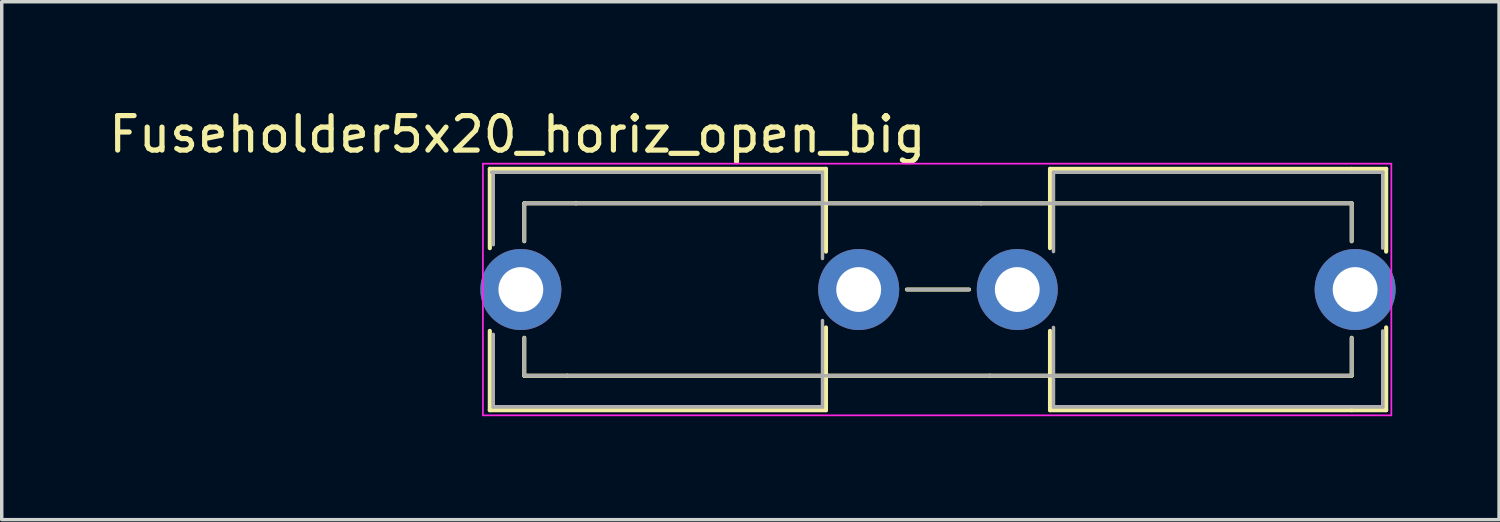
<source format=kicad_pcb>
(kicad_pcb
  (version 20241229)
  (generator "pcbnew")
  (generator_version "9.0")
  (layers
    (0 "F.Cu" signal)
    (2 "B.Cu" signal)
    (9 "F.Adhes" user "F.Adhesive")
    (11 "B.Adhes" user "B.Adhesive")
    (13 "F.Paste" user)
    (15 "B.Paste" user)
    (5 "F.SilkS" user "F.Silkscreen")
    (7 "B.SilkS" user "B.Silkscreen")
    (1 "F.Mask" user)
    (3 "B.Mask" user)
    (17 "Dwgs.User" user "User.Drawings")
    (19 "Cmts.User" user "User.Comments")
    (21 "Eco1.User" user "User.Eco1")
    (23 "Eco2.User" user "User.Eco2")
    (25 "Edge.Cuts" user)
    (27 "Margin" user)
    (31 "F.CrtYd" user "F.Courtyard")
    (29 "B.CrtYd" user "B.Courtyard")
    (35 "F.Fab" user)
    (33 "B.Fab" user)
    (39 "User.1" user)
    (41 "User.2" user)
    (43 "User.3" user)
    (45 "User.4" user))
  (footprint "Fuseholder5x20_horiz_open_big"
    (layer "F.Cu")
    (at 12.058 5.348)
    (property "Reference" "Fuseholder5x20_horiz_open_big" (at -0.1 -4.5 0) (layer "F.SilkS") (effects (font (size 1 1) (thickness 0.15))))
    (attr through_hole)
    (fp_line (start -0.9 -3.5) (end -0.9 -1.2) (stroke (width 0.12) (type solid)) (layer "F.SilkS"))
    (fp_line (start -0.9 1.2) (end -0.9 3.5) (stroke (width 0.12) (type solid)) (layer "F.SilkS"))
    (fp_line (start 0.1 -2.5) (end 0.1 -1.4) (stroke (width 0.12) (type solid)) (layer "F.SilkS"))
    (fp_line (start 0.1 1.4) (end 0.1 2.5) (stroke (width 0.12) (type solid)) (layer "F.SilkS"))
    (fp_line (start 1.35 2.5) (end 0.1 2.5) (stroke (width 0.12) (type solid)) (layer "F.SilkS"))
    (fp_line (start 1.6 -2.5) (end 0.1 -2.5) (stroke (width 0.12) (type solid)) (layer "F.SilkS"))
    (fp_line (start 8.85 -3.5) (end -0.9 -3.5) (stroke (width 0.12) (type solid)) (layer "F.SilkS"))
    (fp_line (start 8.85 -3.5) (end 8.85 -1.1) (stroke (width 0.12) (type solid)) (layer "F.SilkS"))
    (fp_line (start 8.85 1.1) (end 8.85 3.5) (stroke (width 0.12) (type solid)) (layer "F.SilkS"))
    (fp_line (start 8.85 3.5) (end -0.9 3.5) (stroke (width 0.12) (type solid)) (layer "F.SilkS"))
    (fp_line (start 13 0) (end 11.2 0) (stroke (width 0.12) (type solid)) (layer "F.SilkS"))
    (fp_line (start 13.35 -2.5) (end 1.6 -2.5) (stroke (width 0.12) (type solid)) (layer "F.SilkS"))
    (fp_line (start 13.6 2.5) (end 1.35 2.5) (stroke (width 0.12) (type solid)) (layer "F.SilkS"))
    (fp_line (start 15.35 -3.5) (end 15.35 -1.2) (stroke (width 0.12) (type solid)) (layer "F.SilkS"))
    (fp_line (start 15.35 1.2) (end 15.35 3.5) (stroke (width 0.12) (type solid)) (layer "F.SilkS"))
    (fp_line (start 24.1 -3.5) (end 15.35 -3.5) (stroke (width 0.12) (type solid)) (layer "F.SilkS"))
    (fp_line (start 24.1 -2.5) (end 13.35 -2.5) (stroke (width 0.12) (type solid)) (layer "F.SilkS"))
    (fp_line (start 24.1 -2.5) (end 24.1 -1.4) (stroke (width 0.12) (type solid)) (layer "F.SilkS"))
    (fp_line (start 24.1 1.4) (end 24.1 2.5) (stroke (width 0.12) (type solid)) (layer "F.SilkS"))
    (fp_line (start 24.1 2.5) (end 13.6 2.5) (stroke (width 0.12) (type solid)) (layer "F.SilkS"))
    (fp_line (start 24.1 3.5) (end 15.35 3.5) (stroke (width 0.12) (type solid)) (layer "F.SilkS"))
    (fp_line (start 25.1 -3.5) (end 24.1 -3.5) (stroke (width 0.12) (type solid)) (layer "F.SilkS"))
    (fp_line (start 25.1 -3.5) (end 25.1 -1.1) (stroke (width 0.12) (type solid)) (layer "F.SilkS"))
    (fp_line (start 25.1 1.1) (end 25.1 3.5) (stroke (width 0.12) (type solid)) (layer "F.SilkS"))
    (fp_line (start 25.1 3.5) (end 24.1 3.5) (stroke (width 0.12) (type solid)) (layer "F.SilkS"))
    (fp_line (start -1.1 -3.65) (end -1.1 3.65) (stroke (width 0.05) (type solid)) (layer "F.CrtYd"))
    (fp_line (start -1.1 -3.65) (end 25.25 -3.65) (stroke (width 0.05) (type solid)) (layer "F.CrtYd"))
    (fp_line (start 25.25 3.65) (end -1.1 3.65) (stroke (width 0.05) (type solid)) (layer "F.CrtYd"))
    (fp_line (start 25.25 3.65) (end 25.25 -3.65) (stroke (width 0.05) (type solid)) (layer "F.CrtYd"))
    (fp_line (start -0.85 -3.4) (end 8.75 -3.4) (stroke (width 0.1) (type solid)) (layer "F.Fab"))
    (fp_line (start -0.8 -1.3) (end -0.8 -3.4) (stroke (width 0.1) (type solid)) (layer "F.Fab"))
    (fp_line (start -0.8 3.4) (end -0.8 1.3) (stroke (width 0.1) (type solid)) (layer "F.Fab"))
    (fp_line (start 0.1 -2.5) (end 24.1 -2.5) (stroke (width 0.1) (type solid)) (layer "F.Fab"))
    (fp_line (start 0.1 -1.4) (end 0.1 -2.5) (stroke (width 0.1) (type solid)) (layer "F.Fab"))
    (fp_line (start 0.1 2.5) (end 0.1 1.4) (stroke (width 0.1) (type solid)) (layer "F.Fab"))
    (fp_line (start 8.75 -3.4) (end 8.75 -0.9) (stroke (width 0.1) (type solid)) (layer "F.Fab"))
    (fp_line (start 8.75 0.9) (end 8.75 3.4) (stroke (width 0.1) (type solid)) (layer "F.Fab"))
    (fp_line (start 8.75 3.4) (end -0.8 3.4) (stroke (width 0.1) (type solid)) (layer "F.Fab"))
    (fp_line (start 11.2 0) (end 13 0) (stroke (width 0.1) (type solid)) (layer "F.Fab"))
    (fp_line (start 15.45 -3.4) (end 15.45 -1.1) (stroke (width 0.1) (type solid)) (layer "F.Fab"))
    (fp_line (start 15.45 1.1) (end 15.45 3.4) (stroke (width 0.1) (type solid)) (layer "F.Fab"))
    (fp_line (start 15.45 3.4) (end 25 3.4) (stroke (width 0.1) (type solid)) (layer "F.Fab"))
    (fp_line (start 24.1 -2.5) (end 24.1 -1.4) (stroke (width 0.1) (type solid)) (layer "F.Fab"))
    (fp_line (start 24.1 1.4) (end 24.1 2.5) (stroke (width 0.1) (type solid)) (layer "F.Fab"))
    (fp_line (start 24.1 2.5) (end 0.1 2.5) (stroke (width 0.1) (type solid)) (layer "F.Fab"))
    (fp_line (start 25 -3.4) (end 15.45 -3.4) (stroke (width 0.1) (type solid)) (layer "F.Fab"))
    (fp_line (start 25 -1.2) (end 25 -3.4) (stroke (width 0.1) (type solid)) (layer "F.Fab"))
    (fp_line (start 25 3.4) (end 25 1.2) (stroke (width 0.1) (type solid)) (layer "F.Fab"))
    (pad "1" thru_hole circle (at 0 0) (size 2.35 2.35) (drill 1.3) (layers "*.Cu" "*.Mask"))
    (pad "1" thru_hole circle (at 9.8 0) (size 2.35 2.35) (drill 1.3) (layers "*.Cu" "*.Mask"))
    (pad "2" thru_hole circle (at 14.4 0) (size 2.35 2.35) (drill 1.3) (layers "*.Cu" "*.Mask"))
    (pad "2" thru_hole circle (at 24.2 0) (size 2.35 2.35) (drill 1.3) (layers "*.Cu" "*.Mask")))
  (gr_rect
    (start -3 -3)
    (end 40.433 12.023)
    (stroke (width 0.1) (type default))
    (fill no)
    (layer "Edge.Cuts")))
</source>
